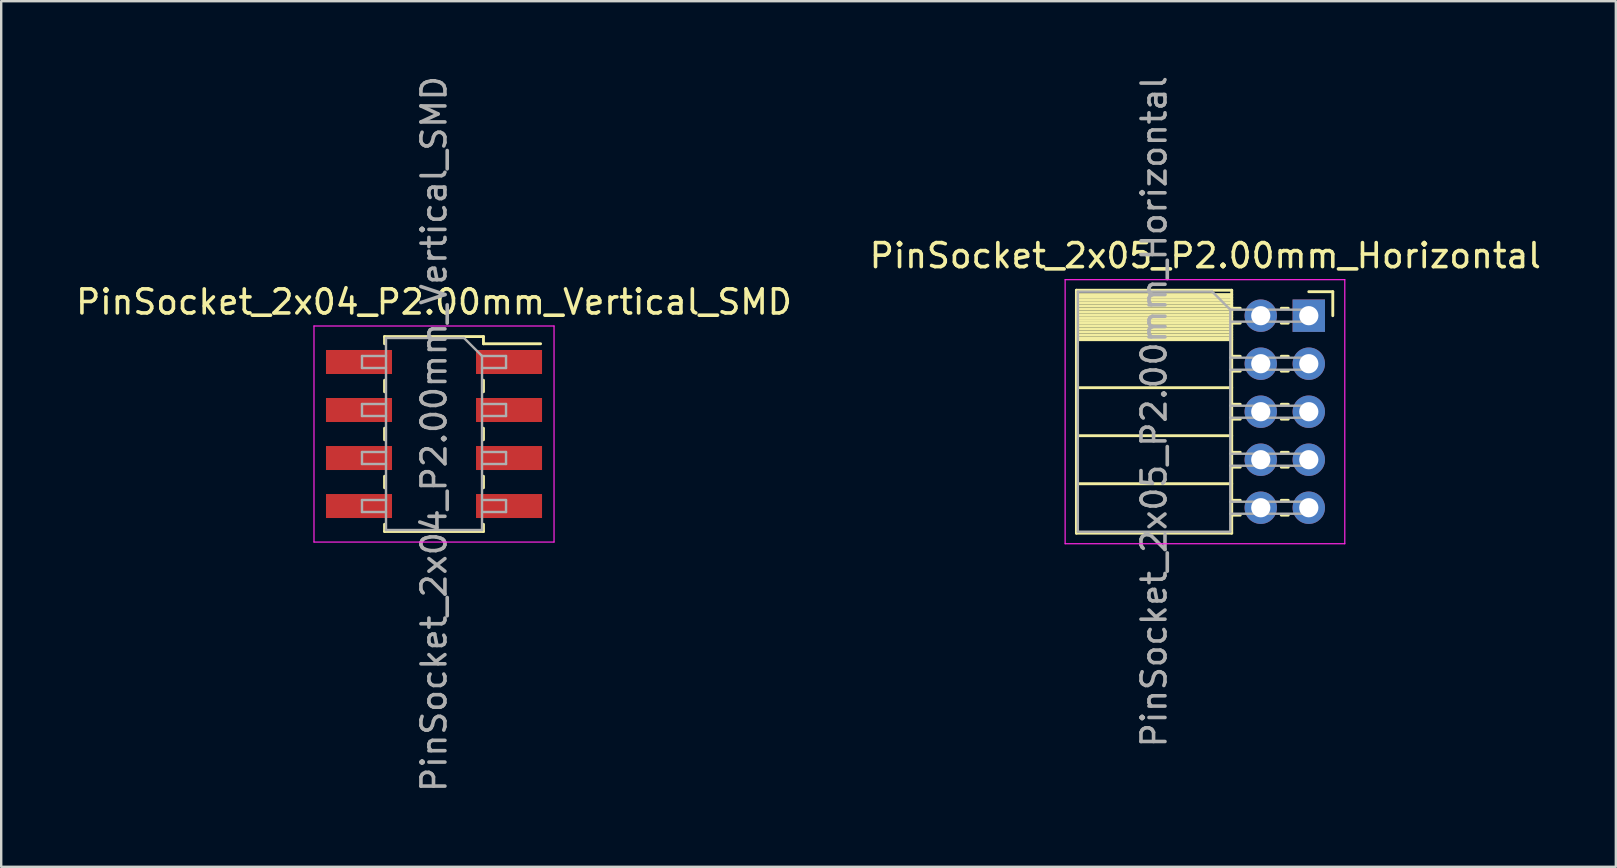
<source format=kicad_pcb>
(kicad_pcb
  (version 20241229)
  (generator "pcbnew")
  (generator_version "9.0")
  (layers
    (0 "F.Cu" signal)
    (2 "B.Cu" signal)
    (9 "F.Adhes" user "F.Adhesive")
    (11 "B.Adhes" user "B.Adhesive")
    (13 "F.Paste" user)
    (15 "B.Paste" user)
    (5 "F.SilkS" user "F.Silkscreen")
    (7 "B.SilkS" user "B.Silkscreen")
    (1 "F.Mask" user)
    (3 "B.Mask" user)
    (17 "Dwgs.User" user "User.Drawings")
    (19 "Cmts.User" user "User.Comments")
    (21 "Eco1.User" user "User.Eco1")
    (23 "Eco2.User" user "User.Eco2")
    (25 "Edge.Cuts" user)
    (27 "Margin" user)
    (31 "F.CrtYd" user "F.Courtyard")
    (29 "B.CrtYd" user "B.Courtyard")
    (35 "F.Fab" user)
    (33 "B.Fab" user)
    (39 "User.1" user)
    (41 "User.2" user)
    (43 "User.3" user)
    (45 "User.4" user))
  (footprint "PinSocket_2x05_P2.00mm_Horizontal"
    (layer "F.Cu")
    (at 51.471 10.101)
    (property "Reference" "PinSocket_2x05_P2.00mm_Horizontal" (at -4.31 -2.5 0) (layer "F.SilkS") (effects (font (size 1 1) (thickness 0.15))))
    (attr through_hole)
    (fp_line (start -9.68 -1.06) (end -3.21 -1.06) (stroke (width 0.12) (type solid)) (layer "F.SilkS"))
    (fp_line (start -9.68 -0.88) (end -3.21 -0.88) (stroke (width 0.12) (type solid)) (layer "F.SilkS"))
    (fp_line (start -9.68 -0.76) (end -3.21 -0.76) (stroke (width 0.12) (type solid)) (layer "F.SilkS"))
    (fp_line (start -9.68 -0.64) (end -3.21 -0.64) (stroke (width 0.12) (type solid)) (layer "F.SilkS"))
    (fp_line (start -9.68 -0.52) (end -3.21 -0.52) (stroke (width 0.12) (type solid)) (layer "F.SilkS"))
    (fp_line (start -9.68 -0.4) (end -3.21 -0.4) (stroke (width 0.12) (type solid)) (layer "F.SilkS"))
    (fp_line (start -9.68 -0.28) (end -3.21 -0.28) (stroke (width 0.12) (type solid)) (layer "F.SilkS"))
    (fp_line (start -9.68 -0.16) (end -3.21 -0.16) (stroke (width 0.12) (type solid)) (layer "F.SilkS"))
    (fp_line (start -9.68 -0.04) (end -3.21 -0.04) (stroke (width 0.12) (type solid)) (layer "F.SilkS"))
    (fp_line (start -9.68 0.08) (end -3.21 0.08) (stroke (width 0.12) (type solid)) (layer "F.SilkS"))
    (fp_line (start -9.68 0.2) (end -3.21 0.2) (stroke (width 0.12) (type solid)) (layer "F.SilkS"))
    (fp_line (start -9.68 0.32) (end -3.21 0.32) (stroke (width 0.12) (type solid)) (layer "F.SilkS"))
    (fp_line (start -9.68 0.44) (end -3.21 0.44) (stroke (width 0.12) (type solid)) (layer "F.SilkS"))
    (fp_line (start -9.68 0.56) (end -3.21 0.56) (stroke (width 0.12) (type solid)) (layer "F.SilkS"))
    (fp_line (start -9.68 0.68) (end -3.21 0.68) (stroke (width 0.12) (type solid)) (layer "F.SilkS"))
    (fp_line (start -9.68 0.8) (end -3.21 0.8) (stroke (width 0.12) (type solid)) (layer "F.SilkS"))
    (fp_line (start -9.68 0.92) (end -3.21 0.92) (stroke (width 0.12) (type solid)) (layer "F.SilkS"))
    (fp_line (start -9.68 1) (end -3.21 1) (stroke (width 0.12) (type solid)) (layer "F.SilkS"))
    (fp_line (start -9.68 3) (end -3.21 3) (stroke (width 0.12) (type solid)) (layer "F.SilkS"))
    (fp_line (start -9.68 5) (end -3.21 5) (stroke (width 0.12) (type solid)) (layer "F.SilkS"))
    (fp_line (start -9.68 7) (end -3.21 7) (stroke (width 0.12) (type solid)) (layer "F.SilkS"))
    (fp_line (start -9.68 9.06) (end -9.68 -1.06) (stroke (width 0.12) (type solid)) (layer "F.SilkS"))
    (fp_line (start -3.21 -1.06) (end -3.21 9.06) (stroke (width 0.12) (type solid)) (layer "F.SilkS"))
    (fp_line (start -3.21 -0.31) (end -2.855 -0.31) (stroke (width 0.12) (type solid)) (layer "F.SilkS"))
    (fp_line (start -3.21 1.69) (end -2.855 1.69) (stroke (width 0.12) (type solid)) (layer "F.SilkS"))
    (fp_line (start -3.21 3.69) (end -2.855 3.69) (stroke (width 0.12) (type solid)) (layer "F.SilkS"))
    (fp_line (start -3.21 5.69) (end -2.855 5.69) (stroke (width 0.12) (type solid)) (layer "F.SilkS"))
    (fp_line (start -3.21 7.69) (end -2.855 7.69) (stroke (width 0.12) (type solid)) (layer "F.SilkS"))
    (fp_line (start -3.21 9.06) (end -9.68 9.06) (stroke (width 0.12) (type solid)) (layer "F.SilkS"))
    (fp_line (start -2.855 0.31) (end -3.21 0.31) (stroke (width 0.12) (type solid)) (layer "F.SilkS"))
    (fp_line (start -2.855 2.31) (end -3.21 2.31) (stroke (width 0.12) (type solid)) (layer "F.SilkS"))
    (fp_line (start -2.855 4.31) (end -3.21 4.31) (stroke (width 0.12) (type solid)) (layer "F.SilkS"))
    (fp_line (start -2.855 6.31) (end -3.21 6.31) (stroke (width 0.12) (type solid)) (layer "F.SilkS"))
    (fp_line (start -2.855 8.31) (end -3.21 8.31) (stroke (width 0.12) (type solid)) (layer "F.SilkS"))
    (fp_line (start -1.145 0.31) (end -0.855 0.31) (stroke (width 0.12) (type solid)) (layer "F.SilkS"))
    (fp_line (start -1.145 2.31) (end -0.855 2.31) (stroke (width 0.12) (type solid)) (layer "F.SilkS"))
    (fp_line (start -1.145 4.31) (end -0.855 4.31) (stroke (width 0.12) (type solid)) (layer "F.SilkS"))
    (fp_line (start -1.145 6.31) (end -0.855 6.31) (stroke (width 0.12) (type solid)) (layer "F.SilkS"))
    (fp_line (start -1.145 8.31) (end -0.855 8.31) (stroke (width 0.12) (type solid)) (layer "F.SilkS"))
    (fp_line (start -0.855 -0.31) (end -1.145 -0.31) (stroke (width 0.12) (type solid)) (layer "F.SilkS"))
    (fp_line (start -0.855 1.69) (end -1.145 1.69) (stroke (width 0.12) (type solid)) (layer "F.SilkS"))
    (fp_line (start -0.855 3.69) (end -1.145 3.69) (stroke (width 0.12) (type solid)) (layer "F.SilkS"))
    (fp_line (start -0.855 5.69) (end -1.145 5.69) (stroke (width 0.12) (type solid)) (layer "F.SilkS"))
    (fp_line (start -0.855 7.69) (end -1.145 7.69) (stroke (width 0.12) (type solid)) (layer "F.SilkS"))
    (fp_line (start 0 -1) (end 1 -1) (stroke (width 0.12) (type solid)) (layer "F.SilkS"))
    (fp_line (start 1 -1) (end 1 0) (stroke (width 0.12) (type solid)) (layer "F.SilkS"))
    (fp_line (start -10.15 -1.5) (end -10.15 9.5) (stroke (width 0.05) (type solid)) (layer "F.CrtYd"))
    (fp_line (start -10.15 9.5) (end 1.5 9.5) (stroke (width 0.05) (type solid)) (layer "F.CrtYd"))
    (fp_line (start 1.5 -1.5) (end -10.15 -1.5) (stroke (width 0.05) (type solid)) (layer "F.CrtYd"))
    (fp_line (start 1.5 9.5) (end 1.5 -1.5) (stroke (width 0.05) (type solid)) (layer "F.CrtYd"))
    (fp_line (start -9.62 -1) (end -4.02 -1) (stroke (width 0.1) (type solid)) (layer "F.Fab"))
    (fp_line (start -9.62 9) (end -9.62 -1) (stroke (width 0.1) (type solid)) (layer "F.Fab"))
    (fp_line (start -4.02 -1) (end -3.27 -0.25) (stroke (width 0.1) (type solid)) (layer "F.Fab"))
    (fp_line (start -3.27 -0.25) (end -3.27 9) (stroke (width 0.1) (type solid)) (layer "F.Fab"))
    (fp_line (start -3.27 0.25) (end 0 0.25) (stroke (width 0.1) (type solid)) (layer "F.Fab"))
    (fp_line (start -3.27 2.25) (end 0 2.25) (stroke (width 0.1) (type solid)) (layer "F.Fab"))
    (fp_line (start -3.27 4.25) (end 0 4.25) (stroke (width 0.1) (type solid)) (layer "F.Fab"))
    (fp_line (start -3.27 6.25) (end 0 6.25) (stroke (width 0.1) (type solid)) (layer "F.Fab"))
    (fp_line (start -3.27 8.25) (end 0 8.25) (stroke (width 0.1) (type solid)) (layer "F.Fab"))
    (fp_line (start -3.27 9) (end -9.62 9) (stroke (width 0.1) (type solid)) (layer "F.Fab"))
    (fp_line (start 0 -0.25) (end -3.27 -0.25) (stroke (width 0.1) (type solid)) (layer "F.Fab"))
    (fp_line (start 0 0.25) (end 0 -0.25) (stroke (width 0.1) (type solid)) (layer "F.Fab"))
    (fp_line (start 0 1.75) (end -3.27 1.75) (stroke (width 0.1) (type solid)) (layer "F.Fab"))
    (fp_line (start 0 2.25) (end 0 1.75) (stroke (width 0.1) (type solid)) (layer "F.Fab"))
    (fp_line (start 0 3.75) (end -3.27 3.75) (stroke (width 0.1) (type solid)) (layer "F.Fab"))
    (fp_line (start 0 4.25) (end 0 3.75) (stroke (width 0.1) (type solid)) (layer "F.Fab"))
    (fp_line (start 0 5.75) (end -3.27 5.75) (stroke (width 0.1) (type solid)) (layer "F.Fab"))
    (fp_line (start 0 6.25) (end 0 5.75) (stroke (width 0.1) (type solid)) (layer "F.Fab"))
    (fp_line (start 0 7.75) (end -3.27 7.75) (stroke (width 0.1) (type solid)) (layer "F.Fab"))
    (fp_line (start 0 8.25) (end 0 7.75) (stroke (width 0.1) (type solid)) (layer "F.Fab"))
    (fp_text user "${REFERENCE}" (at -6.445 4 90) (layer "F.Fab") (effects (font (size 1 1) (thickness 0.15))))
    (pad "1" thru_hole rect (at 0 0) (size 1.35 1.35) (drill 0.8) (layers "*.Cu" "*.Mask"))
    (pad "2" thru_hole oval (at -2 0) (size 1.35 1.35) (drill 0.8) (layers "*.Cu" "*.Mask"))
    (pad "3" thru_hole oval (at 0 2) (size 1.35 1.35) (drill 0.8) (layers "*.Cu" "*.Mask"))
    (pad "4" thru_hole oval (at -2 2) (size 1.35 1.35) (drill 0.8) (layers "*.Cu" "*.Mask"))
    (pad "5" thru_hole oval (at 0 4) (size 1.35 1.35) (drill 0.8) (layers "*.Cu" "*.Mask"))
    (pad "6" thru_hole oval (at -2 4) (size 1.35 1.35) (drill 0.8) (layers "*.Cu" "*.Mask"))
    (pad "7" thru_hole oval (at 0 6) (size 1.35 1.35) (drill 0.8) (layers "*.Cu" "*.Mask"))
    (pad "8" thru_hole oval (at -2 6) (size 1.35 1.35) (drill 0.8) (layers "*.Cu" "*.Mask"))
    (pad "9" thru_hole oval (at 0 8) (size 1.35 1.35) (drill 0.8) (layers "*.Cu" "*.Mask"))
    (pad "10" thru_hole oval (at -2 8) (size 1.35 1.35) (drill 0.8) (layers "*.Cu" "*.Mask")))
  (footprint "PinSocket_2x04_P2.00mm_Vertical_SMD"
    (layer "F.Cu")
    (at 15.03 15.03)
    (property "Reference" "PinSocket_2x04_P2.00mm_Vertical_SMD" (at 0 -5.5 0) (layer "F.SilkS") (effects (font (size 1 1) (thickness 0.15))))
    (attr smd)
    (fp_line (start -2.06 -4.06) (end -2.06 -3.76) (stroke (width 0.12) (type solid)) (layer "F.SilkS"))
    (fp_line (start -2.06 -4.06) (end 2.06 -4.06) (stroke (width 0.12) (type solid)) (layer "F.SilkS"))
    (fp_line (start -2.06 -2.24) (end -2.06 -1.76) (stroke (width 0.12) (type solid)) (layer "F.SilkS"))
    (fp_line (start -2.06 -0.24) (end -2.06 0.24) (stroke (width 0.12) (type solid)) (layer "F.SilkS"))
    (fp_line (start -2.06 1.76) (end -2.06 2.24) (stroke (width 0.12) (type solid)) (layer "F.SilkS"))
    (fp_line (start -2.06 3.76) (end -2.06 4.06) (stroke (width 0.12) (type solid)) (layer "F.SilkS"))
    (fp_line (start -2.06 4.06) (end 2.06 4.06) (stroke (width 0.12) (type solid)) (layer "F.SilkS"))
    (fp_line (start 2.06 -4.06) (end 2.06 -3.76) (stroke (width 0.12) (type solid)) (layer "F.SilkS"))
    (fp_line (start 2.06 -3.76) (end 4.44 -3.76) (stroke (width 0.12) (type solid)) (layer "F.SilkS"))
    (fp_line (start 2.06 -2.24) (end 2.06 -1.76) (stroke (width 0.12) (type solid)) (layer "F.SilkS"))
    (fp_line (start 2.06 -0.24) (end 2.06 0.24) (stroke (width 0.12) (type solid)) (layer "F.SilkS"))
    (fp_line (start 2.06 1.76) (end 2.06 2.24) (stroke (width 0.12) (type solid)) (layer "F.SilkS"))
    (fp_line (start 2.06 3.76) (end 2.06 4.06) (stroke (width 0.12) (type solid)) (layer "F.SilkS"))
    (fp_line (start -5 -4.5) (end 5 -4.5) (stroke (width 0.05) (type solid)) (layer "F.CrtYd"))
    (fp_line (start -5 4.5) (end -5 -4.5) (stroke (width 0.05) (type solid)) (layer "F.CrtYd"))
    (fp_line (start 5 -4.5) (end 5 4.5) (stroke (width 0.05) (type solid)) (layer "F.CrtYd"))
    (fp_line (start 5 4.5) (end -5 4.5) (stroke (width 0.05) (type solid)) (layer "F.CrtYd"))
    (fp_line (start -3 -3.25) (end -2 -3.25) (stroke (width 0.1) (type solid)) (layer "F.Fab"))
    (fp_line (start -3 -2.75) (end -3 -3.25) (stroke (width 0.1) (type solid)) (layer "F.Fab"))
    (fp_line (start -3 -1.25) (end -2 -1.25) (stroke (width 0.1) (type solid)) (layer "F.Fab"))
    (fp_line (start -3 -0.75) (end -3 -1.25) (stroke (width 0.1) (type solid)) (layer "F.Fab"))
    (fp_line (start -3 0.75) (end -2 0.75) (stroke (width 0.1) (type solid)) (layer "F.Fab"))
    (fp_line (start -3 1.25) (end -3 0.75) (stroke (width 0.1) (type solid)) (layer "F.Fab"))
    (fp_line (start -3 2.75) (end -2 2.75) (stroke (width 0.1) (type solid)) (layer "F.Fab"))
    (fp_line (start -3 3.25) (end -3 2.75) (stroke (width 0.1) (type solid)) (layer "F.Fab"))
    (fp_line (start -2 -4) (end 1.25 -4) (stroke (width 0.1) (type solid)) (layer "F.Fab"))
    (fp_line (start -2 -2.75) (end -3 -2.75) (stroke (width 0.1) (type solid)) (layer "F.Fab"))
    (fp_line (start -2 -0.75) (end -3 -0.75) (stroke (width 0.1) (type solid)) (layer "F.Fab"))
    (fp_line (start -2 1.25) (end -3 1.25) (stroke (width 0.1) (type solid)) (layer "F.Fab"))
    (fp_line (start -2 3.25) (end -3 3.25) (stroke (width 0.1) (type solid)) (layer "F.Fab"))
    (fp_line (start -2 4) (end -2 -4) (stroke (width 0.1) (type solid)) (layer "F.Fab"))
    (fp_line (start 1.25 -4) (end 2 -3.25) (stroke (width 0.1) (type solid)) (layer "F.Fab"))
    (fp_line (start 2 -3.25) (end 2 4) (stroke (width 0.1) (type solid)) (layer "F.Fab"))
    (fp_line (start 2 -3.25) (end 3 -3.25) (stroke (width 0.1) (type solid)) (layer "F.Fab"))
    (fp_line (start 2 -1.25) (end 3 -1.25) (stroke (width 0.1) (type solid)) (layer "F.Fab"))
    (fp_line (start 2 0.75) (end 3 0.75) (stroke (width 0.1) (type solid)) (layer "F.Fab"))
    (fp_line (start 2 2.75) (end 3 2.75) (stroke (width 0.1) (type solid)) (layer "F.Fab"))
    (fp_line (start 2 4) (end -2 4) (stroke (width 0.1) (type solid)) (layer "F.Fab"))
    (fp_line (start 3 -3.25) (end 3 -2.75) (stroke (width 0.1) (type solid)) (layer "F.Fab"))
    (fp_line (start 3 -2.75) (end 2 -2.75) (stroke (width 0.1) (type solid)) (layer "F.Fab"))
    (fp_line (start 3 -1.25) (end 3 -0.75) (stroke (width 0.1) (type solid)) (layer "F.Fab"))
    (fp_line (start 3 -0.75) (end 2 -0.75) (stroke (width 0.1) (type solid)) (layer "F.Fab"))
    (fp_line (start 3 0.75) (end 3 1.25) (stroke (width 0.1) (type solid)) (layer "F.Fab"))
    (fp_line (start 3 1.25) (end 2 1.25) (stroke (width 0.1) (type solid)) (layer "F.Fab"))
    (fp_line (start 3 2.75) (end 3 3.25) (stroke (width 0.1) (type solid)) (layer "F.Fab"))
    (fp_line (start 3 3.25) (end 2 3.25) (stroke (width 0.1) (type solid)) (layer "F.Fab"))
    (fp_text user "${REFERENCE}" (at 0 0 90) (layer "F.Fab") (effects (font (size 1 1) (thickness 0.15))))
    (pad "1" smd rect (at 3.125 -3) (size 2.75 1) (layers "F.Cu" "F.Mask" "F.Paste"))
    (pad "2" smd rect (at -3.125 -3) (size 2.75 1) (layers "F.Cu" "F.Mask" "F.Paste"))
    (pad "3" smd rect (at 3.125 -1) (size 2.75 1) (layers "F.Cu" "F.Mask" "F.Paste"))
    (pad "4" smd rect (at -3.125 -1) (size 2.75 1) (layers "F.Cu" "F.Mask" "F.Paste"))
    (pad "5" smd rect (at 3.125 1) (size 2.75 1) (layers "F.Cu" "F.Mask" "F.Paste"))
    (pad "6" smd rect (at -3.125 1) (size 2.75 1) (layers "F.Cu" "F.Mask" "F.Paste"))
    (pad "7" smd rect (at 3.125 3) (size 2.75 1) (layers "F.Cu" "F.Mask" "F.Paste"))
    (pad "8" smd rect (at -3.125 3) (size 2.75 1) (layers "F.Cu" "F.Mask" "F.Paste")))
  (gr_rect
    (start -3 -3)
    (end 64.262 33.06)
    (stroke (width 0.1) (type default))
    (fill no)
    (layer "Edge.Cuts")))
</source>
